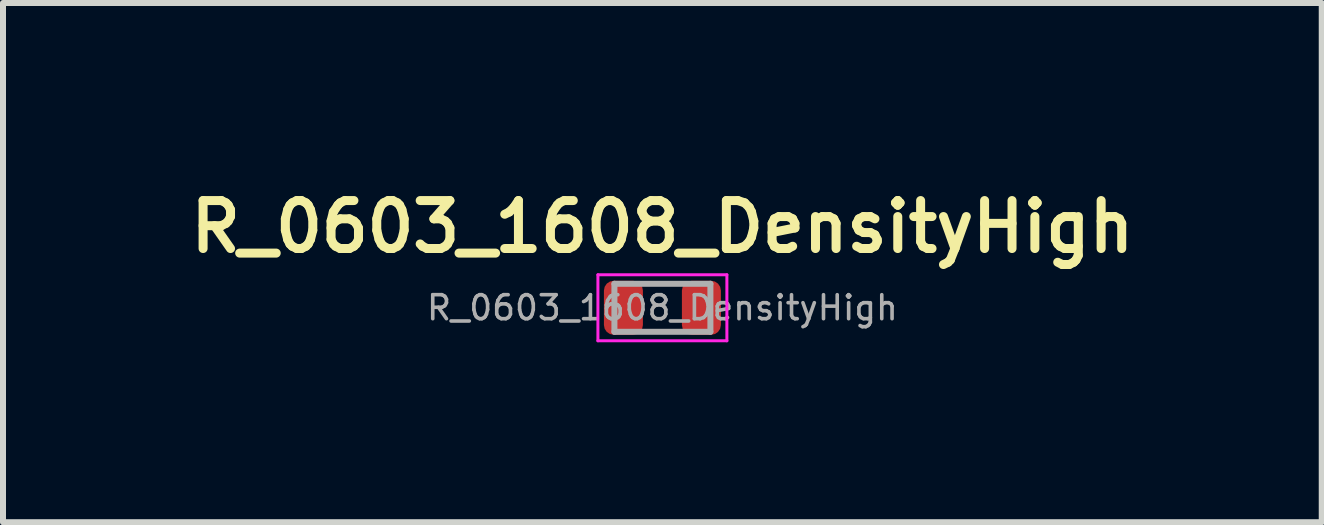
<source format=kicad_pcb>
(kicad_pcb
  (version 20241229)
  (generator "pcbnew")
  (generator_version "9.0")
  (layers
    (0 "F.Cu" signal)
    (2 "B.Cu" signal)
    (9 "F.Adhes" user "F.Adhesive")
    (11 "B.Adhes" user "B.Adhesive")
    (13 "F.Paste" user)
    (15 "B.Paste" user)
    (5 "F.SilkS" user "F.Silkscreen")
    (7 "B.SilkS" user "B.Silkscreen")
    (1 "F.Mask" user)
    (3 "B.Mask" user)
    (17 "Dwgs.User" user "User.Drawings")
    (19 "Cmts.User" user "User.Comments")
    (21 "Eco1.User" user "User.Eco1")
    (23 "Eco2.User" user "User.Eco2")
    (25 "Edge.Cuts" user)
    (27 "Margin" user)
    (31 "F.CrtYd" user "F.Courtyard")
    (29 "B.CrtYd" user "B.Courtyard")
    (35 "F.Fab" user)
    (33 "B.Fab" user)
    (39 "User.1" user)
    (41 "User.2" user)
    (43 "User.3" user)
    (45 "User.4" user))
  (footprint "R_0603_1608_DensityHigh"
    (layer "F.Cu")
    (at 7.993 2.081)
    (property "Reference" "R_0603_1608_DensityHigh" (at 0 -1.35 0) (layer "F.SilkS") (effects (font (size 0.8 0.8) (thickness 0.15))))
    (attr smd)
    (fp_line (start -1.075 -0.55) (end 1.075 -0.55) (stroke (width 0.05) (type solid)) (layer "F.CrtYd"))
    (fp_line (start -1.075 0.55) (end -1.075 -0.55) (stroke (width 0.05) (type solid)) (layer "F.CrtYd"))
    (fp_line (start 1.075 -0.55) (end 1.075 0.55) (stroke (width 0.05) (type solid)) (layer "F.CrtYd"))
    (fp_line (start 1.075 0.55) (end -1.075 0.55) (stroke (width 0.05) (type solid)) (layer "F.CrtYd"))
    (fp_line (start -0.8 -0.4) (end 0.8 -0.4) (stroke (width 0.1) (type solid)) (layer "F.Fab"))
    (fp_line (start -0.8 0.4) (end -0.8 -0.4) (stroke (width 0.1) (type solid)) (layer "F.Fab"))
    (fp_line (start 0.8 -0.4) (end 0.8 0.4) (stroke (width 0.1) (type solid)) (layer "F.Fab"))
    (fp_line (start 0.8 0.4) (end -0.8 0.4) (stroke (width 0.1) (type solid)) (layer "F.Fab"))
    (fp_text user "${REFERENCE}" (at 0 0 0) (layer "F.Fab") (effects (font (size 0.4 0.4) (thickness 0.06))))
    (pad "1" smd roundrect (at -0.65 0) (size 0.65 0.9) (layers "F.Cu" "F.Mask" "F.Paste") (roundrect_rratio 0.25))
    (pad "2" smd roundrect (at 0.65 0) (size 0.65 0.9) (layers "F.Cu" "F.Mask" "F.Paste") (roundrect_rratio 0.25)))
  (gr_rect
    (start -3 -3)
    (end 18.985 5.656)
    (stroke (width 0.1) (type default))
    (fill no)
    (layer "Edge.Cuts")))
</source>
